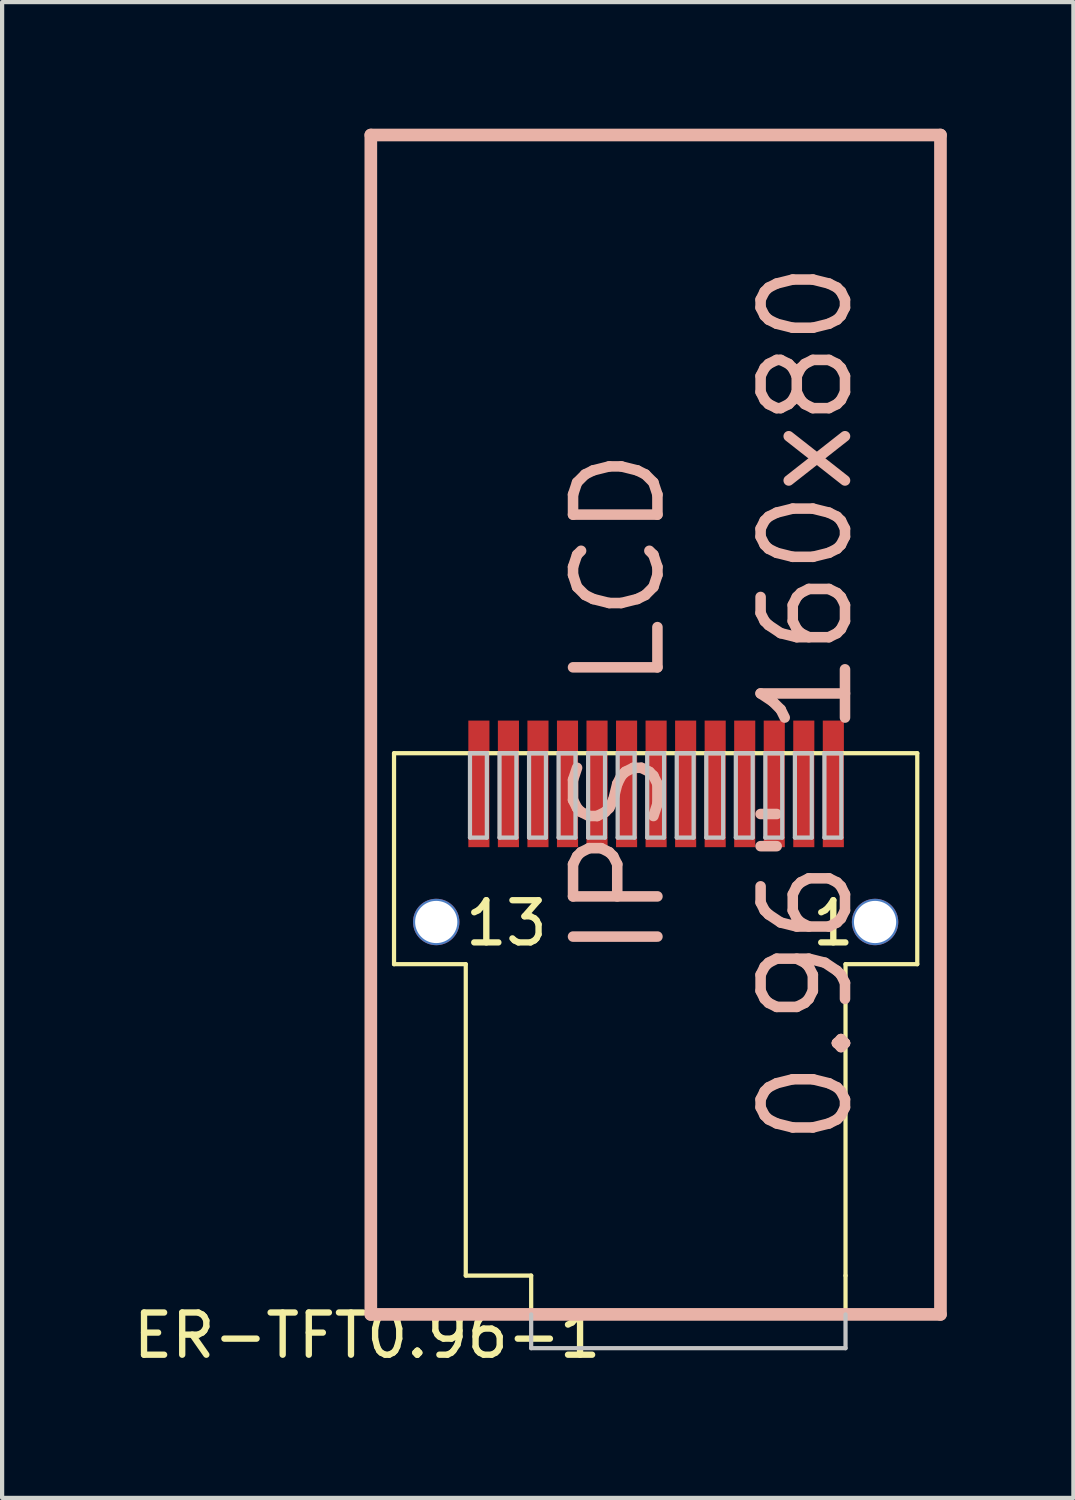
<source format=kicad_pcb>
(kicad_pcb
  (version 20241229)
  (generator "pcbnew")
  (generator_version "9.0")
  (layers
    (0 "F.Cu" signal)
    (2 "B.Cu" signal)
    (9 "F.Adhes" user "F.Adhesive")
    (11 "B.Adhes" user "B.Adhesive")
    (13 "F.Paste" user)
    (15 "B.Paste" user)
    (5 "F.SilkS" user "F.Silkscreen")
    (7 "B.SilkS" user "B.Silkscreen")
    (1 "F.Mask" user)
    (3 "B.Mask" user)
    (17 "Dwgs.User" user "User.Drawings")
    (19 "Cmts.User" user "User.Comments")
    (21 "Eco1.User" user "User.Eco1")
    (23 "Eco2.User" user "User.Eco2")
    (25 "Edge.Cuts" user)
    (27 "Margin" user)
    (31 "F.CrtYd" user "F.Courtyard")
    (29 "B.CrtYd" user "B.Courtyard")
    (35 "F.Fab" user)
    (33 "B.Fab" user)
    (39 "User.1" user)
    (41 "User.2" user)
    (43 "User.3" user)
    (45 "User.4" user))
  (footprint "ER-TFT0.96-1"
    (layer "F.Cu")
    (at 5.649 28.1)
    (property "Reference" "ER-TFT0.96-1" (at 0 0.5 0) (layer "F.SilkS") (effects (font (size 1 1) (thickness 0.15))))
    (attr through_hole)
    (fp_line (start 0.639 -13.3) (end 0.639 -8.3) (stroke (width 0.1) (type solid)) (layer "F.SilkS"))
    (fp_line (start 0.639 -13.3) (end 13.039 -13.3) (stroke (width 0.1) (type solid)) (layer "F.SilkS"))
    (fp_line (start 0.639 -8.3) (end 2.339 -8.3) (stroke (width 0.1) (type solid)) (layer "F.SilkS"))
    (fp_line (start 2.339 -8.3) (end 2.339 -0.92) (stroke (width 0.1) (type solid)) (layer "F.SilkS"))
    (fp_line (start 2.339 -0.92) (end 3.889 -0.92) (stroke (width 0.1) (type solid)) (layer "F.SilkS"))
    (fp_line (start 3.889 -0.92) (end 3.889 0) (stroke (width 0.1) (type solid)) (layer "F.SilkS"))
    (fp_line (start 11.339 -8.3) (end 11.339 -0.92) (stroke (width 0.1) (type solid)) (layer "F.SilkS"))
    (fp_line (start 11.339 -0.92) (end 11.339 0) (stroke (width 0.1) (type solid)) (layer "F.SilkS"))
    (fp_line (start 13.039 -13.3) (end 13.039 -8.3) (stroke (width 0.1) (type solid)) (layer "F.SilkS"))
    (fp_line (start 13.039 -8.3) (end 11.339 -8.3) (stroke (width 0.1) (type solid)) (layer "F.SilkS"))
    (fp_line (start 0.089 -27.95) (end 13.589 -27.95) (stroke (width 0.3) (type solid)) (layer "B.SilkS"))
    (fp_line (start 0.089 0) (end 0.089 -27.95) (stroke (width 0.3) (type solid)) (layer "B.SilkS"))
    (fp_line (start 13.589 -27.95) (end 13.589 0) (stroke (width 0.3) (type solid)) (layer "B.SilkS"))
    (fp_line (start 13.589 0) (end 0.089 0) (stroke (width 0.3) (type solid)) (layer "B.SilkS"))
    (fp_line (start 2.439 -13.3) (end 2.839 -13.3) (stroke (width 0.1) (type solid)) (layer "Dwgs.User"))
    (fp_line (start 2.439 -11.3) (end 2.439 -13.3) (stroke (width 0.1) (type solid)) (layer "Dwgs.User"))
    (fp_line (start 2.839 -13.3) (end 2.839 -11.3) (stroke (width 0.1) (type solid)) (layer "Dwgs.User"))
    (fp_line (start 2.839 -11.3) (end 2.439 -11.3) (stroke (width 0.1) (type solid)) (layer "Dwgs.User"))
    (fp_line (start 3.139 -13.3) (end 3.539 -13.3) (stroke (width 0.1) (type solid)) (layer "Dwgs.User"))
    (fp_line (start 3.139 -11.3) (end 3.139 -13.3) (stroke (width 0.1) (type solid)) (layer "Dwgs.User"))
    (fp_line (start 3.539 -13.3) (end 3.539 -11.3) (stroke (width 0.1) (type solid)) (layer "Dwgs.User"))
    (fp_line (start 3.539 -11.3) (end 3.139 -11.3) (stroke (width 0.1) (type solid)) (layer "Dwgs.User"))
    (fp_line (start 3.839 -13.3) (end 4.239 -13.3) (stroke (width 0.1) (type solid)) (layer "Dwgs.User"))
    (fp_line (start 3.839 -11.3) (end 3.839 -13.3) (stroke (width 0.1) (type solid)) (layer "Dwgs.User"))
    (fp_line (start 3.889 0) (end 3.889 0.8) (stroke (width 0.1) (type solid)) (layer "Dwgs.User"))
    (fp_line (start 3.889 0.8) (end 11.339 0.8) (stroke (width 0.1) (type solid)) (layer "Dwgs.User"))
    (fp_line (start 4.239 -13.3) (end 4.239 -11.3) (stroke (width 0.1) (type solid)) (layer "Dwgs.User"))
    (fp_line (start 4.239 -11.3) (end 3.839 -11.3) (stroke (width 0.1) (type solid)) (layer "Dwgs.User"))
    (fp_line (start 4.539 -13.3) (end 4.939 -13.3) (stroke (width 0.1) (type solid)) (layer "Dwgs.User"))
    (fp_line (start 4.539 -11.3) (end 4.539 -13.3) (stroke (width 0.1) (type solid)) (layer "Dwgs.User"))
    (fp_line (start 4.939 -13.3) (end 4.939 -11.3) (stroke (width 0.1) (type solid)) (layer "Dwgs.User"))
    (fp_line (start 4.939 -11.3) (end 4.539 -11.3) (stroke (width 0.1) (type solid)) (layer "Dwgs.User"))
    (fp_line (start 5.239 -13.3) (end 5.639 -13.3) (stroke (width 0.1) (type solid)) (layer "Dwgs.User"))
    (fp_line (start 5.239 -11.3) (end 5.239 -13.3) (stroke (width 0.1) (type solid)) (layer "Dwgs.User"))
    (fp_line (start 5.639 -13.3) (end 5.639 -11.3) (stroke (width 0.1) (type solid)) (layer "Dwgs.User"))
    (fp_line (start 5.639 -11.3) (end 5.239 -11.3) (stroke (width 0.1) (type solid)) (layer "Dwgs.User"))
    (fp_line (start 5.939 -13.3) (end 6.339 -13.3) (stroke (width 0.1) (type solid)) (layer "Dwgs.User"))
    (fp_line (start 5.939 -11.3) (end 5.939 -13.3) (stroke (width 0.1) (type solid)) (layer "Dwgs.User"))
    (fp_line (start 6.339 -13.3) (end 6.339 -11.3) (stroke (width 0.1) (type solid)) (layer "Dwgs.User"))
    (fp_line (start 6.339 -11.3) (end 5.939 -11.3) (stroke (width 0.1) (type solid)) (layer "Dwgs.User"))
    (fp_line (start 6.639 -13.3) (end 6.639 -11.3) (stroke (width 0.1) (type solid)) (layer "Dwgs.User"))
    (fp_line (start 6.639 -11.3) (end 7.039 -11.3) (stroke (width 0.1) (type solid)) (layer "Dwgs.User"))
    (fp_line (start 7.039 -13.3) (end 6.639 -13.3) (stroke (width 0.1) (type solid)) (layer "Dwgs.User"))
    (fp_line (start 7.039 -11.3) (end 7.039 -13.3) (stroke (width 0.1) (type solid)) (layer "Dwgs.User"))
    (fp_line (start 7.339 -13.3) (end 7.739 -13.3) (stroke (width 0.1) (type solid)) (layer "Dwgs.User"))
    (fp_line (start 7.339 -11.3) (end 7.339 -13.3) (stroke (width 0.1) (type solid)) (layer "Dwgs.User"))
    (fp_line (start 7.739 -13.3) (end 7.739 -11.3) (stroke (width 0.1) (type solid)) (layer "Dwgs.User"))
    (fp_line (start 7.739 -11.3) (end 7.339 -11.3) (stroke (width 0.1) (type solid)) (layer "Dwgs.User"))
    (fp_line (start 8.039 -13.3) (end 8.439 -13.3) (stroke (width 0.1) (type solid)) (layer "Dwgs.User"))
    (fp_line (start 8.039 -11.3) (end 8.039 -13.3) (stroke (width 0.1) (type solid)) (layer "Dwgs.User"))
    (fp_line (start 8.439 -13.3) (end 8.439 -11.3) (stroke (width 0.1) (type solid)) (layer "Dwgs.User"))
    (fp_line (start 8.439 -11.3) (end 8.039 -11.3) (stroke (width 0.1) (type solid)) (layer "Dwgs.User"))
    (fp_line (start 8.739 -13.3) (end 9.139 -13.3) (stroke (width 0.1) (type solid)) (layer "Dwgs.User"))
    (fp_line (start 8.739 -11.3) (end 8.739 -13.3) (stroke (width 0.1) (type solid)) (layer "Dwgs.User"))
    (fp_line (start 9.139 -13.3) (end 9.139 -11.3) (stroke (width 0.1) (type solid)) (layer "Dwgs.User"))
    (fp_line (start 9.139 -11.3) (end 8.739 -11.3) (stroke (width 0.1) (type solid)) (layer "Dwgs.User"))
    (fp_line (start 9.439 -13.3) (end 9.839 -13.3) (stroke (width 0.1) (type solid)) (layer "Dwgs.User"))
    (fp_line (start 9.439 -11.3) (end 9.439 -13.3) (stroke (width 0.1) (type solid)) (layer "Dwgs.User"))
    (fp_line (start 9.839 -13.3) (end 9.839 -11.3) (stroke (width 0.1) (type solid)) (layer "Dwgs.User"))
    (fp_line (start 9.839 -11.3) (end 9.439 -11.3) (stroke (width 0.1) (type solid)) (layer "Dwgs.User"))
    (fp_line (start 10.139 -13.3) (end 10.539 -13.3) (stroke (width 0.1) (type solid)) (layer "Dwgs.User"))
    (fp_line (start 10.139 -11.3) (end 10.139 -13.3) (stroke (width 0.1) (type solid)) (layer "Dwgs.User"))
    (fp_line (start 10.539 -13.3) (end 10.539 -11.3) (stroke (width 0.1) (type solid)) (layer "Dwgs.User"))
    (fp_line (start 10.539 -11.3) (end 10.139 -11.3) (stroke (width 0.1) (type solid)) (layer "Dwgs.User"))
    (fp_line (start 10.839 -13.3) (end 11.239 -13.3) (stroke (width 0.1) (type solid)) (layer "Dwgs.User"))
    (fp_line (start 10.839 -11.3) (end 10.839 -13.3) (stroke (width 0.1) (type solid)) (layer "Dwgs.User"))
    (fp_line (start 11.239 -13.3) (end 11.239 -11.3) (stroke (width 0.1) (type solid)) (layer "Dwgs.User"))
    (fp_line (start 11.239 -11.3) (end 10.839 -11.3) (stroke (width 0.1) (type solid)) (layer "Dwgs.User"))
    (fp_line (start 11.339 0.8) (end 11.339 0) (stroke (width 0.1) (type solid)) (layer "Dwgs.User"))
    (fp_circle (center 1.639 -9.3) (end 1.889 -9.3) (stroke (width 0.1) (type solid)) (fill no) (layer "Dwgs.User"))
    (fp_circle (center 12.039 -9.3) (end 12.289 -9.3) (stroke (width 0.1) (type solid)) (fill no) (layer "Dwgs.User"))
    (fp_text user "1" (at 11.049 -9.271 0) (layer "F.SilkS") (effects (font (size 1 1) (thickness 0.15))))
    (fp_text user "13" (at 3.302 -9.271 0) (layer "F.SilkS") (effects (font (size 1 1) (thickness 0.15))))
    (fp_text user "0.96\" 160x80" (at 10.414 -14.478 270) (layer "B.SilkS") (effects (font (size 2 2) (thickness 0.25))))
    (fp_text user "IPS LCD" (at 5.969 -14.478 270) (layer "B.SilkS") (effects (font (size 2 2) (thickness 0.25))))
    (pad "" thru_hole circle (at 1.639 -9.3) (size 1.1 1.1) (drill 1) (layers "F.Cu"))
    (pad "" thru_hole circle (at 12.039 -9.3) (size 1.1 1.1) (drill 1) (layers "F.Cu"))
    (pad "1" smd rect (at 11.05 -12.573) (size 0.5 3) (layers "F.Cu" "F.Mask" "F.Paste"))
    (pad "2" smd rect (at 10.35 -12.573) (size 0.5 3) (layers "F.Cu" "F.Mask" "F.Paste"))
    (pad "3" smd rect (at 9.65 -12.573) (size 0.5 3) (layers "F.Cu" "F.Mask" "F.Paste"))
    (pad "4" smd rect (at 8.95 -12.573) (size 0.5 3) (layers "F.Cu" "F.Mask" "F.Paste"))
    (pad "5" smd rect (at 8.25 -12.573) (size 0.5 3) (layers "F.Cu" "F.Mask" "F.Paste"))
    (pad "6" smd rect (at 7.55 -12.573) (size 0.5 3) (layers "F.Cu" "F.Mask" "F.Paste"))
    (pad "7" smd rect (at 6.85 -12.573) (size 0.5 3) (layers "F.Cu" "F.Mask" "F.Paste"))
    (pad "8" smd rect (at 6.15 -12.573) (size 0.5 3) (layers "F.Cu" "F.Mask" "F.Paste"))
    (pad "9" smd rect (at 5.45 -12.573) (size 0.5 3) (layers "F.Cu" "F.Mask" "F.Paste"))
    (pad "10" smd rect (at 4.75 -12.573) (size 0.5 3) (layers "F.Cu" "F.Mask" "F.Paste"))
    (pad "11" smd rect (at 4.05 -12.573) (size 0.5 3) (layers "F.Cu" "F.Mask" "F.Paste"))
    (pad "12" smd rect (at 3.35 -12.573) (size 0.5 3) (layers "F.Cu" "F.Mask" "F.Paste"))
    (pad "13" smd rect (at 2.65 -12.573) (size 0.5 3) (layers "F.Cu" "F.Mask" "F.Paste")))
  (gr_rect
    (start -3 -3)
    (end 22.388 32.448)
    (stroke (width 0.1) (type default))
    (fill no)
    (layer "Edge.Cuts")))
</source>
